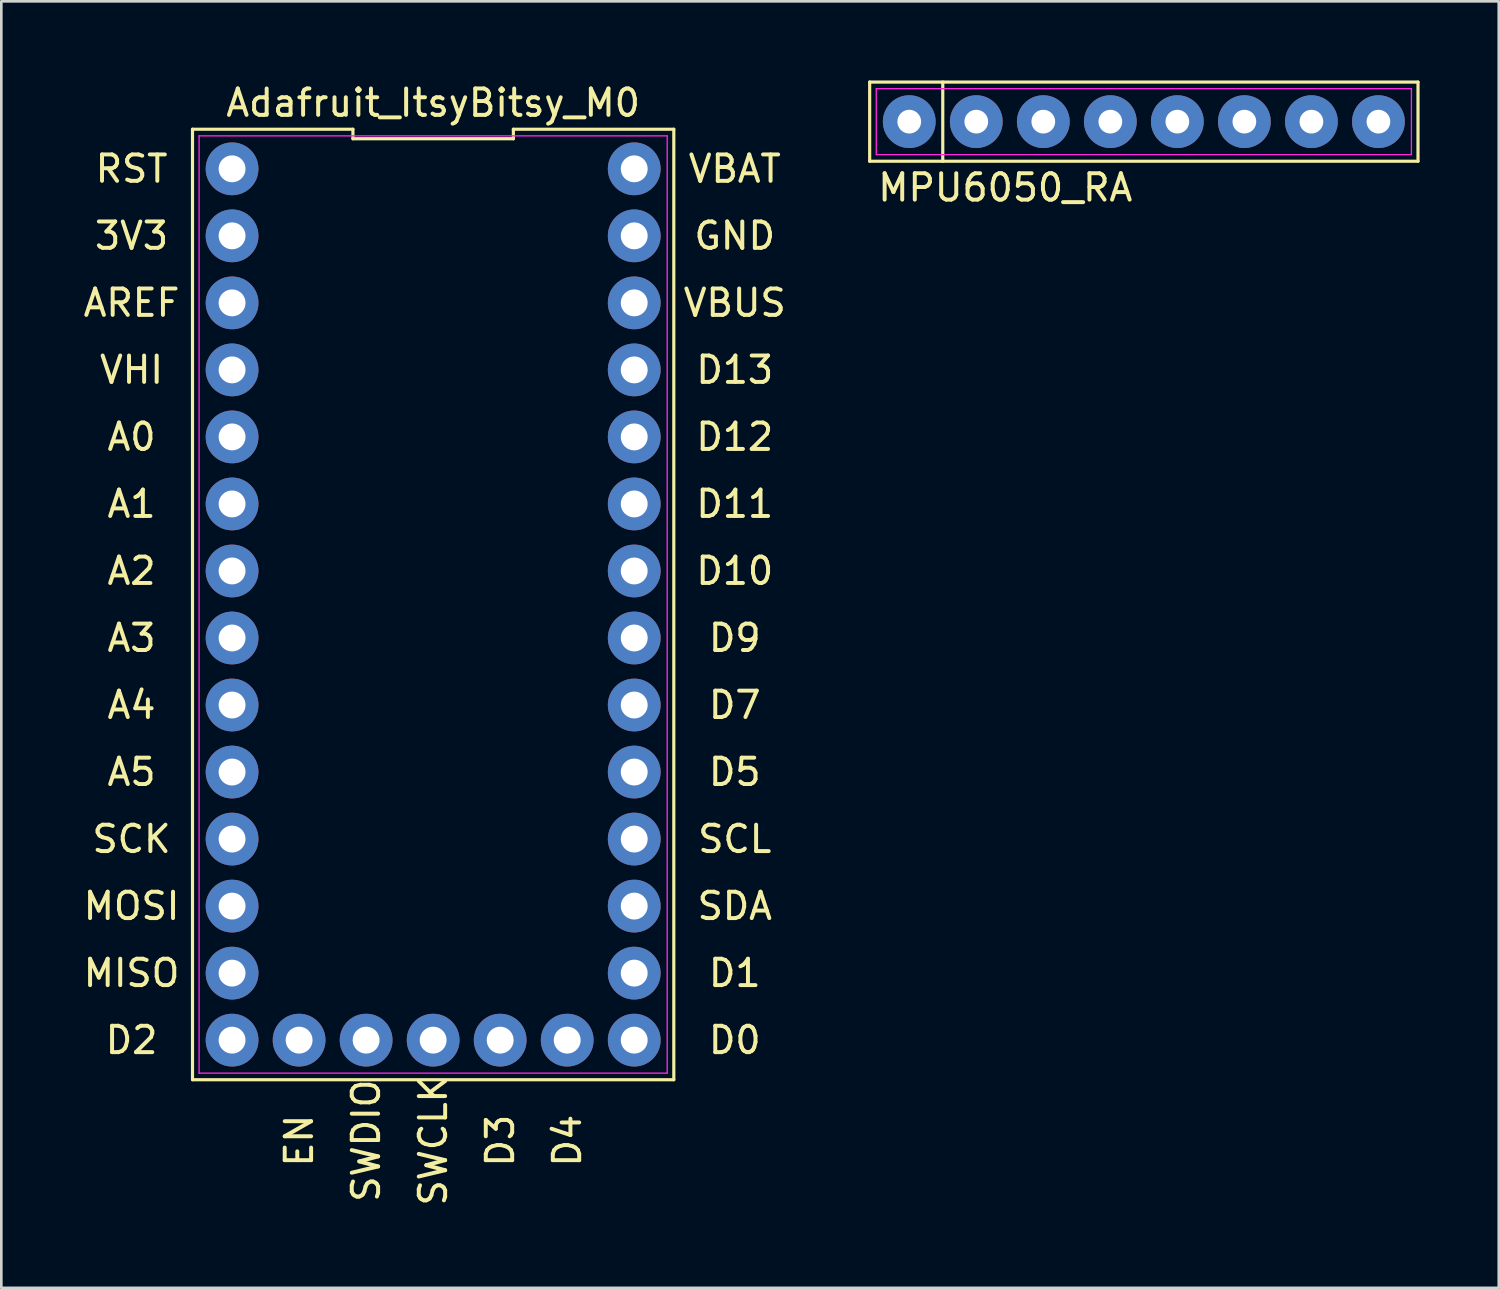
<source format=kicad_pcb>
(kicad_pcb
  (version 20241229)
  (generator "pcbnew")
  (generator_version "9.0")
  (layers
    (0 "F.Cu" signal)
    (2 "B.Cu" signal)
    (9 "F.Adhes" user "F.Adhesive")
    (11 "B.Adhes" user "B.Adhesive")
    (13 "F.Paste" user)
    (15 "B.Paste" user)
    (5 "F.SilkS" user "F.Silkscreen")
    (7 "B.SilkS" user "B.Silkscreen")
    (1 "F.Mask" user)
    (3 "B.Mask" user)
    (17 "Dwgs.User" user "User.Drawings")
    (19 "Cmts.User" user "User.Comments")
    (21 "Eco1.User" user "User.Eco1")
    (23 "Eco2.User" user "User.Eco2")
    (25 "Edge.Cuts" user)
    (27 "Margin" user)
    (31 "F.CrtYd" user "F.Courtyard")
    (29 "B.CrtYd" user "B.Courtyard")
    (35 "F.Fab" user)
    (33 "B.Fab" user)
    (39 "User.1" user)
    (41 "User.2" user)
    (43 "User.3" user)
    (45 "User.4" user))
  (footprint "MPU6050_RA"
    (layer "F.Cu")
    (at 40.298 1.56)
    (property "Reference" "MPU6050_RA" (at -10.16 2.5 0) (layer "F.SilkS") (effects (font (size 1 1) (thickness 0.15)) (justify left)))
    (attr through_hole)
    (fp_line (start -10.39 -1.5) (end 10.39 -1.5) (stroke (width 0.12) (type solid)) (layer "F.SilkS"))
    (fp_line (start -10.39 1.5) (end -10.39 -1.5) (stroke (width 0.12) (type solid)) (layer "F.SilkS"))
    (fp_line (start -7.62 -1.5) (end -7.62 1.5) (stroke (width 0.12) (type solid)) (layer "F.SilkS"))
    (fp_line (start 10.39 -1.5) (end 10.39 1.5) (stroke (width 0.12) (type solid)) (layer "F.SilkS"))
    (fp_line (start 10.39 1.5) (end -10.39 1.5) (stroke (width 0.12) (type solid)) (layer "F.SilkS"))
    (fp_line (start -10.14 -1.25) (end 10.14 -1.25) (stroke (width 0.05) (type solid)) (layer "F.CrtYd"))
    (fp_line (start -10.14 1.25) (end -10.14 -1.25) (stroke (width 0.05) (type solid)) (layer "F.CrtYd"))
    (fp_line (start 10.14 -1.25) (end 10.14 1.25) (stroke (width 0.05) (type solid)) (layer "F.CrtYd"))
    (fp_line (start 10.14 1.25) (end -10.14 1.25) (stroke (width 0.05) (type solid)) (layer "F.CrtYd"))
    (pad "AD0" thru_hole circle (at 6.35 0) (size 2 2) (drill 0.9) (layers "*.Cu" "*.Mask"))
    (pad "GND" thru_hole circle (at -6.35 0) (size 2 2) (drill 0.9) (layers "*.Cu" "*.Mask"))
    (pad "INT" thru_hole circle (at 8.89 0) (size 2 2) (drill 0.9) (layers "*.Cu" "*.Mask"))
    (pad "SCL" thru_hole circle (at -3.81 0) (size 2 2) (drill 0.9) (layers "*.Cu" "*.Mask"))
    (pad "SDA" thru_hole circle (at -1.27 0) (size 2 2) (drill 0.9) (layers "*.Cu" "*.Mask"))
    (pad "VCC" thru_hole circle (at -8.89 0) (size 2 2) (drill 0.9) (layers "*.Cu" "*.Mask"))
    (pad "XCL" thru_hole circle (at 3.81 0) (size 2 2) (drill 0.9) (layers "*.Cu" "*.Mask"))
    (pad "XDA" thru_hole circle (at 1.27 0) (size 2 2) (drill 0.9) (layers "*.Cu" "*.Mask")))
  (footprint "Adafruit_ItsyBitsy_M0"
    (layer "F.Cu")
    (at 13.365 21.128)
    (property "Reference" "Adafruit_ItsyBitsy_M0" (at 0 -20.28 0) (layer "F.SilkS") (effects (font (size 1 1) (thickness 0.15))))
    (attr through_hole)
    (fp_line (start -9.12 16.74) (end 9.12 16.74) (stroke (width 0.12) (type solid)) (layer "F.SilkS"))
    (fp_line (start -9.12 -19.28) (end -9.12 16.74) (stroke (width 0.12) (type solid)) (layer "F.SilkS"))
    (fp_line (start -3.04 -19.28) (end -9.12 -19.28) (stroke (width 0.12) (type solid)) (layer "F.SilkS"))
    (fp_line (start -3.04 -18.92) (end -3.04 -19.28) (stroke (width 0.12) (type solid)) (layer "F.SilkS"))
    (fp_line (start 3.04 -19.28) (end 3.04 -18.92) (stroke (width 0.12) (type solid)) (layer "F.SilkS"))
    (fp_line (start 3.04 -18.92) (end -3.04 -18.92) (stroke (width 0.12) (type solid)) (layer "F.SilkS"))
    (fp_line (start 9.12 16.74) (end 9.12 -19.28) (stroke (width 0.12) (type solid)) (layer "F.SilkS"))
    (fp_line (start 9.12 -19.28) (end 3.04 -19.28) (stroke (width 0.12) (type solid)) (layer "F.SilkS"))
    (fp_line (start -8.87 -19.03) (end 8.87 -19.03) (stroke (width 0.05) (type solid)) (layer "F.CrtYd"))
    (fp_line (start -8.87 16.49) (end -8.87 -19.03) (stroke (width 0.05) (type solid)) (layer "F.CrtYd"))
    (fp_line (start 8.87 -19.03) (end 8.87 16.49) (stroke (width 0.05) (type solid)) (layer "F.CrtYd"))
    (fp_line (start 8.87 16.49) (end -8.87 16.49) (stroke (width 0.05) (type solid)) (layer "F.CrtYd"))
    (fp_text user "D12" (at 11.43 -7.62 0) (layer "F.SilkS") (effects (font (size 1 1) (thickness 0.15))))
    (fp_text user "D4" (at 5.08 19.05 270) (layer "F.SilkS") (effects (font (size 1 1) (thickness 0.15))))
    (fp_text user "D3" (at 2.54 19.05 270) (layer "F.SilkS") (effects (font (size 1 1) (thickness 0.15))))
    (fp_text user "A2" (at -11.43 -2.54 0) (layer "F.SilkS") (effects (font (size 1 1) (thickness 0.15))))
    (fp_text user "A3" (at -11.43 0 0) (layer "F.SilkS") (effects (font (size 1 1) (thickness 0.15))))
    (fp_text user "SDA" (at 11.43 10.16 0) (layer "F.SilkS") (effects (font (size 1 1) (thickness 0.15))))
    (fp_text user "VBUS" (at 11.43 -12.7 0) (layer "F.SilkS") (effects (font (size 1 1) (thickness 0.15))))
    (fp_text user "SCK" (at -11.43 7.62 0) (layer "F.SilkS") (effects (font (size 1 1) (thickness 0.15))))
    (fp_text user "A1" (at -11.43 -5.08 0) (layer "F.SilkS") (effects (font (size 1 1) (thickness 0.15))))
    (fp_text user "D13" (at 11.43 -10.16 0) (layer "F.SilkS") (effects (font (size 1 1) (thickness 0.15))))
    (fp_text user "SCL" (at 11.43 7.62 0) (layer "F.SilkS") (effects (font (size 1 1) (thickness 0.15))))
    (fp_text user "D1" (at 11.43 12.7 0) (layer "F.SilkS") (effects (font (size 1 1) (thickness 0.15))))
    (fp_text user "MISO" (at -11.43 12.7 0) (layer "F.SilkS") (effects (font (size 1 1) (thickness 0.15))))
    (fp_text user "AREF" (at -11.43 -12.7 0) (layer "F.SilkS") (effects (font (size 1 1) (thickness 0.15))))
    (fp_text user "SWCLK" (at 0 19.05 270) (layer "F.SilkS") (effects (font (size 1 1) (thickness 0.15))))
    (fp_text user "RST" (at -11.43 -17.78 0) (layer "F.SilkS") (effects (font (size 1 1) (thickness 0.15))))
    (fp_text user "D10" (at 11.43 -2.54 0) (layer "F.SilkS") (effects (font (size 1 1) (thickness 0.15))))
    (fp_text user "EN" (at -5.08 19.05 270) (layer "F.SilkS") (effects (font (size 1 1) (thickness 0.15))))
    (fp_text user "D9" (at 11.43 0 0) (layer "F.SilkS") (effects (font (size 1 1) (thickness 0.15))))
    (fp_text user "A0" (at -11.43 -7.62 0) (layer "F.SilkS") (effects (font (size 1 1) (thickness 0.15))))
    (fp_text user "D5" (at 11.43 5.08 0) (layer "F.SilkS") (effects (font (size 1 1) (thickness 0.15))))
    (fp_text user "D2" (at -11.43 15.24 0) (layer "F.SilkS") (effects (font (size 1 1) (thickness 0.15))))
    (fp_text user "3V3" (at -11.43 -15.24 0) (layer "F.SilkS") (effects (font (size 1 1) (thickness 0.15))))
    (fp_text user "SWDIO" (at -2.54 19.05 270) (layer "F.SilkS") (effects (font (size 1 1) (thickness 0.15))))
    (fp_text user "D7" (at 11.43 2.54 0) (layer "F.SilkS") (effects (font (size 1 1) (thickness 0.15))))
    (fp_text user "A5" (at -11.43 5.08 0) (layer "F.SilkS") (effects (font (size 1 1) (thickness 0.15))))
    (fp_text user "MOSI" (at -11.43 10.16 0) (layer "F.SilkS") (effects (font (size 1 1) (thickness 0.15))))
    (fp_text user "D11" (at 11.43 -5.08 0) (layer "F.SilkS") (effects (font (size 1 1) (thickness 0.15))))
    (fp_text user "VBAT" (at 11.43 -17.78 0) (layer "F.SilkS") (effects (font (size 1 1) (thickness 0.15))))
    (fp_text user "A4" (at -11.43 2.54 0) (layer "F.SilkS") (effects (font (size 1 1) (thickness 0.15))))
    (fp_text user "VHI" (at -11.43 -10.16 0) (layer "F.SilkS") (effects (font (size 1 1) (thickness 0.15))))
    (fp_text user "D0" (at 11.43 15.24 0) (layer "F.SilkS") (effects (font (size 1 1) (thickness 0.15))))
    (fp_text user "GND" (at 11.43 -15.24 0) (layer "F.SilkS") (effects (font (size 1 1) (thickness 0.15))))
    (pad "3V3" thru_hole circle (at -7.62 -15.24 270) (size 2 2) (drill 1.02) (layers "*.Cu" "*.Mask"))
    (pad "A0" thru_hole circle (at -7.62 -7.62 270) (size 2 2) (drill 1.02) (layers "*.Cu" "*.Mask"))
    (pad "A1" thru_hole circle (at -7.62 -5.08 270) (size 2 2) (drill 1.02) (layers "*.Cu" "*.Mask"))
    (pad "A2" thru_hole circle (at -7.62 -2.54 270) (size 2 2) (drill 1.02) (layers "*.Cu" "*.Mask"))
    (pad "A3" thru_hole circle (at -7.62 0 270) (size 2 2) (drill 1.02) (layers "*.Cu" "*.Mask"))
    (pad "A4" thru_hole circle (at -7.62 2.54 270) (size 2 2) (drill 1.02) (layers "*.Cu" "*.Mask"))
    (pad "A5" thru_hole circle (at -7.62 5.08 270) (size 2 2) (drill 1.02) (layers "*.Cu" "*.Mask"))
    (pad "AREF" thru_hole circle (at -7.62 -12.7 270) (size 2 2) (drill 1.02) (layers "*.Cu" "*.Mask"))
    (pad "D0" thru_hole circle (at 7.62 15.24 270) (size 2 2) (drill 1.02) (layers "*.Cu" "*.Mask"))
    (pad "D1" thru_hole circle (at 7.62 12.7 270) (size 2 2) (drill 1.02) (layers "*.Cu" "*.Mask"))
    (pad "D2" thru_hole circle (at -7.62 15.24 270) (size 2 2) (drill 1.02) (layers "*.Cu" "*.Mask"))
    (pad "D3" thru_hole circle (at 2.54 15.24 270) (size 2 2) (drill 1.02) (layers "*.Cu" "*.Mask"))
    (pad "D4" thru_hole circle (at 5.08 15.24 270) (size 2 2) (drill 1.02) (layers "*.Cu" "*.Mask"))
    (pad "D5" thru_hole circle (at 7.62 5.08 270) (size 2 2) (drill 1.02) (layers "*.Cu" "*.Mask"))
    (pad "D7" thru_hole circle (at 7.62 2.54 270) (size 2 2) (drill 1.02) (layers "*.Cu" "*.Mask"))
    (pad "D9" thru_hole circle (at 7.62 0 270) (size 2 2) (drill 1.02) (layers "*.Cu" "*.Mask"))
    (pad "D10" thru_hole circle (at 7.62 -2.54 270) (size 2 2) (drill 1.02) (layers "*.Cu" "*.Mask"))
    (pad "D11" thru_hole circle (at 7.62 -5.08 270) (size 2 2) (drill 1.02) (layers "*.Cu" "*.Mask"))
    (pad "D12" thru_hole circle (at 7.62 -7.62 270) (size 2 2) (drill 1.02) (layers "*.Cu" "*.Mask"))
    (pad "D13" thru_hole circle (at 7.62 -10.16 270) (size 2 2) (drill 1.02) (layers "*.Cu" "*.Mask"))
    (pad "EN" thru_hole circle (at -5.08 15.24 270) (size 2 2) (drill 1.02) (layers "*.Cu" "*.Mask"))
    (pad "GND" thru_hole circle (at 7.62 -15.24 270) (size 2 2) (drill 1.02) (layers "*.Cu" "*.Mask"))
    (pad "MISO" thru_hole circle (at -7.62 12.7 270) (size 2 2) (drill 1.02) (layers "*.Cu" "*.Mask"))
    (pad "MOSI" thru_hole circle (at -7.62 10.16 270) (size 2 2) (drill 1.02) (layers "*.Cu" "*.Mask"))
    (pad "RST" thru_hole circle (at -7.62 -17.78 270) (size 2 2) (drill 1.02) (layers "*.Cu" "*.Mask"))
    (pad "SCK" thru_hole circle (at -7.62 7.62 270) (size 2 2) (drill 1.02) (layers "*.Cu" "*.Mask"))
    (pad "SCL" thru_hole circle (at 7.62 7.62 270) (size 2 2) (drill 1.02) (layers "*.Cu" "*.Mask"))
    (pad "SDA" thru_hole circle (at 7.62 10.16 270) (size 2 2) (drill 1.02) (layers "*.Cu" "*.Mask"))
    (pad "SWCLK" thru_hole circle (at 0 15.24 270) (size 2 2) (drill 1.02) (layers "*.Cu" "*.Mask"))
    (pad "SWDIO" thru_hole circle (at -2.54 15.24 270) (size 2 2) (drill 1.02) (layers "*.Cu" "*.Mask"))
    (pad "VBAT" thru_hole circle (at 7.62 -17.78 270) (size 2 2) (drill 1.02) (layers "*.Cu" "*.Mask"))
    (pad "VBUS" thru_hole circle (at 7.62 -12.7 270) (size 2 2) (drill 1.02) (layers "*.Cu" "*.Mask"))
    (pad "VHI" thru_hole circle (at -7.62 -10.16 270) (size 2 2) (drill 1.02) (layers "*.Cu" "*.Mask")))
  (gr_rect
    (start -3 -3)
    (end 53.748 45.756)
    (stroke (width 0.1) (type default))
    (fill no)
    (layer "Edge.Cuts")))
</source>
